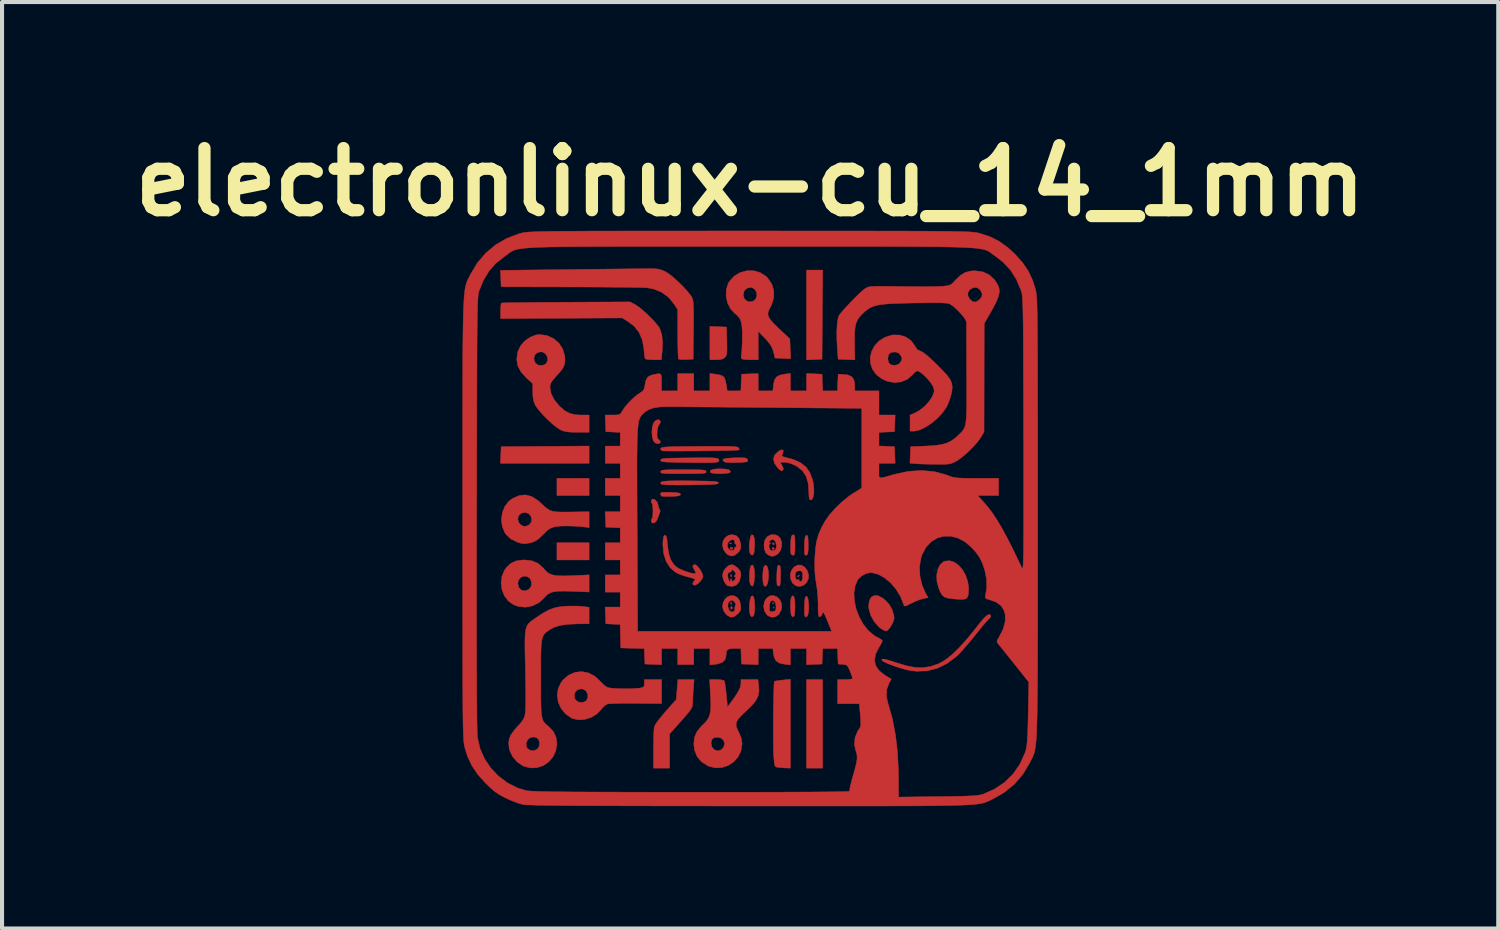
<source format=kicad_pcb>
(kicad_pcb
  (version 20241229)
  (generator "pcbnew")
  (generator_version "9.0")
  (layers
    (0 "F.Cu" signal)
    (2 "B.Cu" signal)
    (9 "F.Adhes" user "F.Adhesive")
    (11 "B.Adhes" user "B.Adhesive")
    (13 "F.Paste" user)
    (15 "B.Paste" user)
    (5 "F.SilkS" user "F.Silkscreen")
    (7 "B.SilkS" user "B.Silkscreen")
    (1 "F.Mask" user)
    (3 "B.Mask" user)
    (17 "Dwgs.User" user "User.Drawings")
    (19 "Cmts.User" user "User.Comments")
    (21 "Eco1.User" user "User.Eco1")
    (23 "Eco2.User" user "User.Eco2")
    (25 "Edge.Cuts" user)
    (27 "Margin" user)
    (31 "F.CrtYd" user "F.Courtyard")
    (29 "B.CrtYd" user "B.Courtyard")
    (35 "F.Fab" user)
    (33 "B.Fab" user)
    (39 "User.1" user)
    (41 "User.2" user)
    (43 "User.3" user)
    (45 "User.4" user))
  (footprint "electronlinux-cu_14_1mm"
    (layer "F.Cu")
    (at 15.356 9.673)
    (property "Reference" "electronlinux-cu_14_1mm" (at 0 -8.255 0) (layer "F.SilkS") (effects (font (size 1.524 1.524) (thickness 0.3))))
    (attr through_hole)
    (fp_poly (pts (xy -3.951 -1.355) (xy -6.127 -1.355) (xy -6.11 -1.764) (xy -3.951 -1.779) (xy -3.951 -1.355)) (stroke (width 0.01) (type solid)) (fill yes) (layer "F.Cu"))
    (fp_poly (pts (xy -3.951 -0.564) (xy -4.741 -0.564) (xy -4.741 -0.988) (xy -3.951 -0.988) (xy -3.951 -0.564)) (stroke (width 0.01) (type solid)) (fill yes) (layer "F.Cu"))
    (fp_poly (pts (xy -3.951 1.016) (xy -4.741 1.016) (xy -4.741 0.593) (xy -3.951 0.593) (xy -3.951 1.016)) (stroke (width 0.01) (type solid)) (fill yes) (layer "F.Cu"))
    (fp_poly (pts (xy 0.593 2.187) (xy 0.579 2.201) (xy 0.564 2.187) (xy 0.579 2.173) (xy 0.593 2.187)) (stroke (width 0.01) (type solid)) (fill yes) (layer "F.Cu"))
    (fp_poly (pts (xy 1.764 -3.909) (xy 1.383 -3.892) (xy 1.383 -6.096) (xy 1.779 -6.096) (xy 1.764 -3.909)) (stroke (width 0.01) (type solid)) (fill yes) (layer "F.Cu"))
    (fp_poly (pts (xy 1.778 6.124) (xy 1.383 6.124) (xy 1.383 3.951) (xy 1.778 3.951) (xy 1.778 6.124)) (stroke (width 0.01) (type solid)) (fill yes) (layer "F.Cu"))
    (fp_poly (pts (xy -0.461 0.602) (xy -0.465 0.619) (xy -0.48 0.621) (xy -0.503 0.611) (xy -0.499 0.602) (xy -0.465 0.599) (xy -0.461 0.602)) (stroke (width 0.01) (type solid)) (fill yes) (layer "F.Cu"))
    (fp_poly (pts (xy -0.46 1.378) (xy -0.457 1.422) (xy -0.463 1.432) (xy -0.476 1.423) (xy -0.478 1.395) (xy -0.471 1.365) (xy -0.46 1.378)) (stroke (width 0.01) (type solid)) (fill yes) (layer "F.Cu"))
    (fp_poly (pts (xy -0.46 2.055) (xy -0.457 2.099) (xy -0.463 2.109) (xy -0.476 2.101) (xy -0.478 2.072) (xy -0.471 2.042) (xy -0.46 2.055)) (stroke (width 0.01) (type solid)) (fill yes) (layer "F.Cu"))
    (fp_poly (pts (xy 0.583 2.07) (xy 0.579 2.086) (xy 0.564 2.088) (xy 0.541 2.078) (xy 0.546 2.07) (xy 0.579 2.066) (xy 0.583 2.07)) (stroke (width 0.01) (type solid)) (fill yes) (layer "F.Cu"))
    (fp_poly (pts (xy -0.451 2.159) (xy -0.435 2.193) (xy -0.439 2.203) (xy -0.466 2.228) (xy -0.479 2.2) (xy -0.48 2.186) (xy -0.466 2.156) (xy -0.451 2.159)) (stroke (width 0.01) (type solid)) (fill yes) (layer "F.Cu"))
    (fp_poly (pts (xy -0.429 0.72) (xy -0.423 0.734) (xy -0.444 0.761) (xy -0.45 0.762) (xy -0.488 0.741) (xy -0.494 0.734) (xy -0.487 0.71) (xy -0.467 0.706) (xy -0.429 0.72)) (stroke (width 0.01) (type solid)) (fill yes) (layer "F.Cu"))
    (fp_poly (pts (xy 0.592 0.613) (xy 0.593 0.621) (xy 0.583 0.648) (xy 0.58 0.649) (xy 0.556 0.629) (xy 0.55 0.621) (xy 0.553 0.595) (xy 0.563 0.593) (xy 0.592 0.613)) (stroke (width 0.01) (type solid)) (fill yes) (layer "F.Cu"))
    (fp_poly (pts (xy 0.592 0.727) (xy 0.593 0.734) (xy 0.571 0.761) (xy 0.564 0.762) (xy 0.537 0.741) (xy 0.536 0.734) (xy 0.558 0.706) (xy 0.564 0.706) (xy 0.592 0.727)) (stroke (width 0.01) (type solid)) (fill yes) (layer "F.Cu"))
    (fp_poly (pts (xy 1.205 1.401) (xy 1.199 1.411) (xy 1.173 1.438) (xy 1.168 1.439) (xy 1.166 1.421) (xy 1.171 1.411) (xy 1.198 1.384) (xy 1.203 1.383) (xy 1.205 1.401)) (stroke (width 0.01) (type solid)) (fill yes) (layer "F.Cu"))
    (fp_poly (pts (xy -0.783 -4.707) (xy -0.579 -4.699) (xy -0.571 -4.354) (xy -0.568 -4.207) (xy -0.569 -4.106) (xy -0.575 -4.039) (xy -0.588 -3.996) (xy -0.608 -3.965) (xy -0.62 -3.952) (xy -0.674 -3.915) (xy -0.752 -3.898) (xy -0.833 -3.895) (xy -0.988 -3.895) (xy -0.988 -4.716) (xy -0.783 -4.707)) (stroke (width 0.01) (type solid)) (fill yes) (layer "F.Cu"))
    (fp_poly (pts (xy -0.596 -1.213) (xy -0.514 -1.193) (xy -0.484 -1.161) (xy -0.492 -1.131) (xy -0.529 -1.116) (xy -0.605 -1.106) (xy -0.703 -1.101) (xy -0.806 -1.102) (xy -0.897 -1.109) (xy -0.959 -1.121) (xy -0.975 -1.131) (xy -0.979 -1.175) (xy -0.928 -1.203) (xy -0.823 -1.218) (xy -0.733 -1.22) (xy -0.596 -1.213)) (stroke (width 0.01) (type solid)) (fill yes) (layer "F.Cu"))
    (fp_poly (pts (xy 0.086 1.177) (xy 0.103 1.26) (xy 0.108 1.381) (xy 0.107 1.427) (xy 0.097 1.554) (xy 0.078 1.634) (xy 0.052 1.663) (xy 0.022 1.64) (xy -0.003 1.59) (xy -0.016 1.522) (xy -0.019 1.426) (xy -0.015 1.322) (xy -0.003 1.228) (xy 0.015 1.163) (xy 0.024 1.15) (xy 0.059 1.139) (xy 0.086 1.177)) (stroke (width 0.01) (type solid)) (fill yes) (layer "F.Cu"))
    (fp_poly (pts (xy 0.09 1.937) (xy 0.107 2.028) (xy 0.112 2.163) (xy 0.108 2.286) (xy 0.093 2.363) (xy 0.071 2.399) (xy 0.038 2.414) (xy 0.013 2.388) (xy -0.002 2.353) (xy -0.016 2.281) (xy -0.02 2.182) (xy -0.014 2.075) (xy 0.001 1.981) (xy 0.022 1.917) (xy 0.03 1.906) (xy 0.064 1.895) (xy 0.09 1.937)) (stroke (width 0.01) (type solid)) (fill yes) (layer "F.Cu"))
    (fp_poly (pts (xy 0.424 1.189) (xy 0.445 1.275) (xy 0.452 1.397) (xy 0.444 1.508) (xy 0.425 1.596) (xy 0.397 1.651) (xy 0.366 1.668) (xy 0.336 1.639) (xy 0.328 1.62) (xy 0.314 1.552) (xy 0.309 1.456) (xy 0.311 1.351) (xy 0.321 1.253) (xy 0.337 1.182) (xy 0.351 1.159) (xy 0.392 1.148) (xy 0.424 1.189)) (stroke (width 0.01) (type solid)) (fill yes) (layer "F.Cu"))
    (fp_poly (pts (xy 1.074 1.913) (xy 1.092 1.986) (xy 1.1 2.108) (xy 1.101 2.159) (xy 1.097 2.294) (xy 1.087 2.377) (xy 1.067 2.412) (xy 1.036 2.406) (xy 1.021 2.392) (xy 1.004 2.348) (xy 0.993 2.266) (xy 0.989 2.164) (xy 0.99 2.06) (xy 0.999 1.974) (xy 1.013 1.923) (xy 1.047 1.891) (xy 1.074 1.913)) (stroke (width 0.01) (type solid)) (fill yes) (layer "F.Cu"))
    (fp_poly (pts (xy 0.081 0.417) (xy 0.103 0.487) (xy 0.11 0.606) (xy 0.107 0.706) (xy 0.099 0.81) (xy 0.085 0.869) (xy 0.061 0.895) (xy 0.052 0.897) (xy 0.012 0.883) (xy -0.014 0.819) (xy -0.014 0.818) (xy -0.023 0.734) (xy -0.021 0.635) (xy -0.01 0.537) (xy 0.008 0.454) (xy 0.03 0.404) (xy 0.045 0.395) (xy 0.081 0.417)) (stroke (width 0.01) (type solid)) (fill yes) (layer "F.Cu"))
    (fp_poly (pts (xy -1.954 -0.643) (xy -1.832 -0.637) (xy -1.756 -0.628) (xy -1.718 -0.613) (xy -1.707 -0.593) (xy -1.719 -0.57) (xy -1.761 -0.556) (xy -1.843 -0.547) (xy -1.935 -0.542) (xy -2.043 -0.541) (xy -2.129 -0.544) (xy -2.177 -0.551) (xy -2.181 -0.554) (xy -2.2 -0.598) (xy -2.201 -0.613) (xy -2.189 -0.632) (xy -2.148 -0.642) (xy -2.067 -0.645) (xy -1.954 -0.643)) (stroke (width 0.01) (type solid)) (fill yes) (layer "F.Cu"))
    (fp_poly (pts (xy 1.404 0.419) (xy 1.417 0.457) (xy 1.423 0.531) (xy 1.425 0.649) (xy 1.424 0.767) (xy 1.418 0.84) (xy 1.405 0.879) (xy 1.384 0.896) (xy 1.375 0.898) (xy 1.351 0.898) (xy 1.336 0.879) (xy 1.33 0.831) (xy 1.33 0.744) (xy 1.332 0.658) (xy 1.338 0.535) (xy 1.348 0.459) (xy 1.362 0.42) (xy 1.383 0.409) (xy 1.404 0.419)) (stroke (width 0.01) (type solid)) (fill yes) (layer "F.Cu"))
    (fp_poly (pts (xy 1.407 1.93) (xy 1.425 1.997) (xy 1.435 2.088) (xy 1.438 2.19) (xy 1.432 2.286) (xy 1.418 2.361) (xy 1.398 2.398) (xy 1.361 2.419) (xy 1.34 2.394) (xy 1.34 2.393) (xy 1.333 2.346) (xy 1.33 2.26) (xy 1.331 2.152) (xy 1.332 2.128) (xy 1.339 2.012) (xy 1.349 1.943) (xy 1.366 1.911) (xy 1.383 1.905) (xy 1.407 1.93)) (stroke (width 0.01) (type solid)) (fill yes) (layer "F.Cu"))
    (fp_poly (pts (xy 0.726 1.153) (xy 0.739 1.189) (xy 0.746 1.262) (xy 0.748 1.38) (xy 0.748 1.395) (xy 0.745 1.531) (xy 0.735 1.617) (xy 0.718 1.655) (xy 0.713 1.658) (xy 0.673 1.647) (xy 0.662 1.63) (xy 0.656 1.584) (xy 0.653 1.498) (xy 0.654 1.39) (xy 0.655 1.366) (xy 0.661 1.25) (xy 0.672 1.181) (xy 0.689 1.149) (xy 0.706 1.143) (xy 0.726 1.153)) (stroke (width 0.01) (type solid)) (fill yes) (layer "F.Cu"))
    (fp_poly (pts (xy -0.15 -1.49) (xy -0.099 -1.481) (xy -0.073 -1.465) (xy -0.067 -1.453) (xy -0.057 -1.41) (xy -0.06 -1.4) (xy -0.098 -1.389) (xy -0.177 -1.381) (xy -0.281 -1.375) (xy -0.393 -1.372) (xy -0.497 -1.373) (xy -0.578 -1.377) (xy -0.616 -1.384) (xy -0.662 -1.416) (xy -0.67 -1.446) (xy -0.64 -1.465) (xy -0.563 -1.479) (xy -0.434 -1.488) (xy -0.371 -1.49) (xy -0.238 -1.492) (xy -0.15 -1.49)) (stroke (width 0.01) (type solid)) (fill yes) (layer "F.Cu"))
    (fp_poly (pts (xy 1.075 0.401) (xy 1.089 0.422) (xy 1.097 0.473) (xy 1.1 0.564) (xy 1.101 0.647) (xy 1.099 0.771) (xy 1.093 0.849) (xy 1.082 0.889) (xy 1.062 0.903) (xy 1.057 0.903) (xy 1.01 0.882) (xy 1 0.865) (xy 0.994 0.82) (xy 0.991 0.735) (xy 0.993 0.629) (xy 0.994 0.619) (xy 1 0.508) (xy 1.011 0.442) (xy 1.03 0.41) (xy 1.051 0.4) (xy 1.075 0.401)) (stroke (width 0.01) (type solid)) (fill yes) (layer "F.Cu"))
    (fp_poly (pts (xy 3.146 1.896) (xy 3.257 1.956) (xy 3.304 1.995) (xy 3.413 2.109) (xy 3.482 2.229) (xy 3.522 2.361) (xy 3.533 2.435) (xy 3.522 2.501) (xy 3.485 2.584) (xy 3.471 2.611) (xy 3.416 2.697) (xy 3.364 2.75) (xy 3.341 2.76) (xy 3.289 2.747) (xy 3.215 2.702) (xy 3.163 2.663) (xy 3.045 2.531) (xy 2.958 2.374) (xy 2.912 2.209) (xy 2.907 2.141) (xy 2.925 2.012) (xy 2.974 1.926) (xy 3.05 1.887) (xy 3.146 1.896)) (stroke (width 0.01) (type solid)) (fill yes) (layer "F.Cu"))
    (fp_poly (pts (xy -2.205 -2.396) (xy -2.201 -2.373) (xy -2.216 -2.323) (xy -2.234 -2.308) (xy -2.253 -2.276) (xy -2.271 -2.205) (xy -2.28 -2.133) (xy -2.285 -2.034) (xy -2.277 -1.977) (xy -2.255 -1.947) (xy -2.247 -1.942) (xy -2.208 -1.901) (xy -2.201 -1.875) (xy -2.223 -1.843) (xy -2.276 -1.837) (xy -2.337 -1.859) (xy -2.378 -1.914) (xy -2.403 -2.006) (xy -2.411 -2.117) (xy -2.403 -2.229) (xy -2.378 -2.326) (xy -2.348 -2.378) (xy -2.293 -2.419) (xy -2.239 -2.424) (xy -2.205 -2.396)) (stroke (width 0.01) (type solid)) (fill yes) (layer "F.Cu"))
    (fp_poly (pts (xy 5.01 1.071) (xy 5.118 1.149) (xy 5.213 1.259) (xy 5.288 1.395) (xy 5.34 1.548) (xy 5.363 1.711) (xy 5.351 1.871) (xy 5.334 1.926) (xy 5.303 1.962) (xy 5.248 1.98) (xy 5.159 1.984) (xy 5.027 1.975) (xy 4.97 1.969) (xy 4.848 1.953) (xy 4.765 1.925) (xy 4.707 1.874) (xy 4.66 1.789) (xy 4.623 1.695) (xy 4.583 1.54) (xy 4.577 1.388) (xy 4.603 1.251) (xy 4.657 1.139) (xy 4.738 1.064) (xy 4.777 1.046) (xy 4.895 1.035) (xy 5.01 1.071)) (stroke (width 0.01) (type solid)) (fill yes) (layer "F.Cu"))
    (fp_poly (pts (xy -2.325 -0.455) (xy -2.276 -0.396) (xy -2.258 -0.328) (xy -2.244 -0.263) (xy -2.224 -0.232) (xy -2.206 -0.186) (xy -2.221 -0.135) (xy -2.251 -0.059) (xy -2.276 0.014) (xy -2.309 0.074) (xy -2.355 0.108) (xy -2.399 0.111) (xy -2.425 0.078) (xy -2.427 0.058) (xy -2.418 0.011) (xy -2.406 0) (xy -2.395 -0.026) (xy -2.388 -0.093) (xy -2.385 -0.183) (xy -2.388 -0.277) (xy -2.396 -0.343) (xy -2.406 -0.367) (xy -2.423 -0.391) (xy -2.427 -0.423) (xy -2.41 -0.469) (xy -2.387 -0.48) (xy -2.325 -0.455)) (stroke (width 0.01) (type solid)) (fill yes) (layer "F.Cu"))
    (fp_poly (pts (xy 0.988 6.124) (xy 0.868 6.12) (xy 0.772 6.114) (xy 0.687 6.106) (xy 0.673 6.104) (xy 0.638 6.096) (xy 0.615 6.079) (xy 0.6 6.04) (xy 0.59 5.969) (xy 0.58 5.856) (xy 0.578 5.828) (xy 0.573 5.738) (xy 0.57 5.61) (xy 0.568 5.451) (xy 0.567 5.271) (xy 0.567 5.076) (xy 0.568 4.876) (xy 0.57 4.678) (xy 0.573 4.491) (xy 0.577 4.322) (xy 0.581 4.181) (xy 0.585 4.074) (xy 0.591 4.011) (xy 0.594 3.997) (xy 0.628 3.987) (xy 0.701 3.974) (xy 0.798 3.963) (xy 0.988 3.943) (xy 0.988 6.124)) (stroke (width 0.01) (type solid)) (fill yes) (layer "F.Cu"))
    (fp_poly (pts (xy -1.393 4.184) (xy -1.401 4.311) (xy -1.408 4.431) (xy -1.411 4.523) (xy -1.411 4.533) (xy -1.414 4.581) (xy -1.426 4.626) (xy -1.453 4.677) (xy -1.5 4.742) (xy -1.574 4.831) (xy -1.679 4.951) (xy -1.693 4.967) (xy -1.976 5.285) (xy -1.976 6.124) (xy -2.371 6.124) (xy -2.371 5.662) (xy -2.37 5.5) (xy -2.367 5.351) (xy -2.363 5.229) (xy -2.357 5.144) (xy -2.354 5.116) (xy -2.327 5.057) (xy -2.264 4.966) (xy -2.172 4.849) (xy -2.075 4.736) (xy -1.814 4.441) (xy -1.793 4.196) (xy -1.773 3.951) (xy -1.375 3.951) (xy -1.393 4.184)) (stroke (width 0.01) (type solid)) (fill yes) (layer "F.Cu"))
    (fp_poly (pts (xy -1.636 -0.926) (xy -1.466 -0.925) (xy -1.248 -0.922) (xy -1.08 -0.919) (xy -0.956 -0.914) (xy -0.87 -0.909) (xy -0.816 -0.901) (xy -0.787 -0.891) (xy -0.776 -0.878) (xy -0.776 -0.875) (xy -0.783 -0.862) (xy -0.807 -0.851) (xy -0.855 -0.843) (xy -0.933 -0.837) (xy -1.047 -0.832) (xy -1.203 -0.829) (xy -1.408 -0.826) (xy -1.473 -0.825) (xy -1.717 -0.823) (xy -1.908 -0.824) (xy -2.048 -0.828) (xy -2.139 -0.835) (xy -2.183 -0.845) (xy -2.188 -0.849) (xy -2.197 -0.874) (xy -2.186 -0.893) (xy -2.149 -0.908) (xy -2.081 -0.918) (xy -1.976 -0.924) (xy -1.83 -0.926) (xy -1.636 -0.926)) (stroke (width 0.01) (type solid)) (fill yes) (layer "F.Cu"))
    (fp_poly (pts (xy -1.447 -1.199) (xy -1.306 -1.197) (xy -1.207 -1.194) (xy -1.142 -1.188) (xy -1.103 -1.179) (xy -1.084 -1.166) (xy -1.078 -1.15) (xy -1.078 -1.133) (xy -1.092 -1.121) (xy -1.125 -1.112) (xy -1.185 -1.106) (xy -1.28 -1.103) (xy -1.415 -1.101) (xy -1.599 -1.101) (xy -1.637 -1.101) (xy -1.83 -1.101) (xy -1.973 -1.102) (xy -2.074 -1.105) (xy -2.14 -1.111) (xy -2.178 -1.119) (xy -2.194 -1.131) (xy -2.197 -1.147) (xy -2.196 -1.15) (xy -2.188 -1.167) (xy -2.168 -1.18) (xy -2.128 -1.189) (xy -2.061 -1.194) (xy -1.959 -1.198) (xy -1.815 -1.199) (xy -1.637 -1.199) (xy -1.447 -1.199)) (stroke (width 0.01) (type solid)) (fill yes) (layer "F.Cu"))
    (fp_poly (pts (xy 0.653 1.919) (xy 0.721 1.981) (xy 0.765 2.068) (xy 0.776 2.171) (xy 0.762 2.244) (xy 0.706 2.348) (xy 0.627 2.409) (xy 0.537 2.424) (xy 0.445 2.389) (xy 0.408 2.358) (xy 0.349 2.263) (xy 0.331 2.148) (xy 0.474 2.148) (xy 0.475 2.232) (xy 0.485 2.273) (xy 0.513 2.284) (xy 0.557 2.281) (xy 0.608 2.269) (xy 0.63 2.236) (xy 0.635 2.166) (xy 0.635 2.162) (xy 0.62 2.065) (xy 0.586 2.022) (xy 0.53 2.008) (xy 0.492 2.045) (xy 0.475 2.13) (xy 0.474 2.148) (xy 0.331 2.148) (xy 0.331 2.148) (xy 0.353 2.034) (xy 0.403 1.954) (xy 0.484 1.898) (xy 0.571 1.889) (xy 0.653 1.919)) (stroke (width 0.01) (type solid)) (fill yes) (layer "F.Cu"))
    (fp_poly (pts (xy -0.974 -1.49) (xy -0.885 -1.487) (xy -0.827 -1.481) (xy -0.792 -1.472) (xy -0.776 -1.459) (xy -0.772 -1.453) (xy -0.764 -1.427) (xy -0.766 -1.407) (xy -0.785 -1.391) (xy -0.824 -1.381) (xy -0.891 -1.374) (xy -0.991 -1.37) (xy -1.129 -1.369) (xy -1.311 -1.371) (xy -1.543 -1.374) (xy -1.589 -1.375) (xy -1.791 -1.378) (xy -1.944 -1.382) (xy -2.053 -1.386) (xy -2.126 -1.392) (xy -2.17 -1.4) (xy -2.191 -1.411) (xy -2.197 -1.426) (xy -2.196 -1.433) (xy -2.189 -1.448) (xy -2.17 -1.46) (xy -2.132 -1.469) (xy -2.07 -1.476) (xy -1.976 -1.481) (xy -1.844 -1.484) (xy -1.667 -1.487) (xy -1.488 -1.489) (xy -1.269 -1.491) (xy -1.099 -1.492) (xy -0.974 -1.49)) (stroke (width 0.01) (type solid)) (fill yes) (layer "F.Cu"))
    (fp_poly (pts (xy -0.622 -1.773) (xy -0.499 -1.771) (xy -0.41 -1.766) (xy -0.348 -1.76) (xy -0.31 -1.752) (xy -0.288 -1.742) (xy -0.283 -1.736) (xy -0.262 -1.7) (xy -0.286 -1.681) (xy -0.323 -1.677) (xy -0.408 -1.674) (xy -0.532 -1.67) (xy -0.689 -1.667) (xy -0.868 -1.664) (xy -1.062 -1.661) (xy -1.263 -1.659) (xy -1.462 -1.657) (xy -1.652 -1.656) (xy -1.823 -1.655) (xy -1.967 -1.656) (xy -2.076 -1.657) (xy -2.142 -1.659) (xy -2.156 -1.66) (xy -2.193 -1.69) (xy -2.196 -1.717) (xy -2.189 -1.73) (xy -2.17 -1.74) (xy -2.135 -1.748) (xy -2.076 -1.755) (xy -1.989 -1.76) (xy -1.868 -1.764) (xy -1.707 -1.767) (xy -1.5 -1.769) (xy -1.252 -1.771) (xy -0.993 -1.773) (xy -0.785 -1.774) (xy -0.622 -1.773)) (stroke (width 0.01) (type solid)) (fill yes) (layer "F.Cu"))
    (fp_poly (pts (xy -0.384 1.899) (xy -0.311 1.941) (xy -0.258 2.016) (xy -0.234 2.123) (xy -0.228 2.21) (xy -0.244 2.268) (xy -0.288 2.324) (xy -0.305 2.341) (xy -0.392 2.408) (xy -0.473 2.421) (xy -0.556 2.38) (xy -0.595 2.345) (xy -0.657 2.254) (xy -0.677 2.158) (xy -0.548 2.158) (xy -0.524 2.233) (xy -0.486 2.278) (xy -0.435 2.293) (xy -0.391 2.273) (xy -0.374 2.229) (xy -0.378 2.214) (xy -0.375 2.166) (xy -0.368 2.155) (xy -0.356 2.109) (xy -0.378 2.053) (xy -0.421 2.012) (xy -0.45 2.004) (xy -0.508 2.027) (xy -0.542 2.084) (xy -0.548 2.158) (xy -0.677 2.158) (xy -0.677 2.156) (xy -0.663 2.062) (xy -0.62 1.98) (xy -0.554 1.919) (xy -0.474 1.889) (xy -0.384 1.899)) (stroke (width 0.01) (type solid)) (fill yes) (layer "F.Cu"))
    (fp_poly (pts (xy 1.26 1.144) (xy 1.339 1.192) (xy 1.399 1.272) (xy 1.432 1.371) (xy 1.429 1.477) (xy 1.428 1.48) (xy 1.381 1.577) (xy 1.305 1.641) (xy 1.215 1.667) (xy 1.124 1.651) (xy 1.046 1.591) (xy 0.993 1.486) (xy 0.984 1.374) (xy 0.99 1.353) (xy 1.106 1.353) (xy 1.11 1.445) (xy 1.113 1.454) (xy 1.138 1.503) (xy 1.176 1.504) (xy 1.208 1.5) (xy 1.202 1.519) (xy 1.204 1.548) (xy 1.224 1.552) (xy 1.266 1.529) (xy 1.28 1.503) (xy 1.288 1.438) (xy 1.289 1.369) (xy 1.276 1.308) (xy 1.237 1.283) (xy 1.208 1.279) (xy 1.14 1.296) (xy 1.106 1.353) (xy 0.99 1.353) (xy 1.015 1.269) (xy 1.081 1.186) (xy 1.173 1.14) (xy 1.26 1.144)) (stroke (width 0.01) (type solid)) (fill yes) (layer "F.Cu"))
    (fp_poly (pts (xy 0.677 0.423) (xy 0.74 0.486) (xy 0.772 0.578) (xy 0.773 0.683) (xy 0.744 0.783) (xy 0.686 0.863) (xy 0.648 0.889) (xy 0.581 0.921) (xy 0.532 0.926) (xy 0.472 0.908) (xy 0.46 0.903) (xy 0.389 0.849) (xy 0.349 0.756) (xy 0.339 0.642) (xy 0.351 0.58) (xy 0.458 0.58) (xy 0.47 0.593) (xy 0.481 0.593) (xy 0.506 0.599) (xy 0.485 0.617) (xy 0.462 0.659) (xy 0.468 0.719) (xy 0.495 0.771) (xy 0.532 0.79) (xy 0.597 0.775) (xy 0.616 0.766) (xy 0.641 0.72) (xy 0.643 0.65) (xy 0.625 0.577) (xy 0.589 0.527) (xy 0.586 0.525) (xy 0.537 0.512) (xy 0.488 0.544) (xy 0.458 0.58) (xy 0.351 0.58) (xy 0.361 0.527) (xy 0.421 0.443) (xy 0.508 0.398) (xy 0.611 0.398) (xy 0.677 0.423)) (stroke (width 0.01) (type solid)) (fill yes) (layer "F.Cu"))
    (fp_poly (pts (xy -0.343 0.418) (xy -0.275 0.486) (xy -0.237 0.601) (xy -0.233 0.629) (xy -0.231 0.718) (xy -0.252 0.782) (xy -0.286 0.826) (xy -0.377 0.902) (xy -0.466 0.922) (xy -0.554 0.885) (xy -0.592 0.852) (xy -0.658 0.755) (xy -0.68 0.65) (xy -0.674 0.617) (xy -0.557 0.617) (xy -0.555 0.689) (xy -0.534 0.737) (xy -0.496 0.772) (xy -0.445 0.785) (xy -0.402 0.774) (xy -0.388 0.741) (xy -0.388 0.74) (xy -0.377 0.708) (xy -0.367 0.706) (xy -0.342 0.683) (xy -0.339 0.663) (xy -0.353 0.626) (xy -0.366 0.621) (xy -0.382 0.6) (xy -0.377 0.579) (xy -0.38 0.536) (xy -0.418 0.518) (xy -0.472 0.527) (xy -0.509 0.551) (xy -0.557 0.617) (xy -0.674 0.617) (xy -0.663 0.549) (xy -0.611 0.465) (xy -0.528 0.41) (xy -0.443 0.395) (xy -0.343 0.418)) (stroke (width 0.01) (type solid)) (fill yes) (layer "F.Cu"))
    (fp_poly (pts (xy -2.822 -5.25) (xy -2.74 -5.196) (xy -2.635 -5.112) (xy -2.521 -5.008) (xy -2.41 -4.897) (xy -2.312 -4.791) (xy -2.241 -4.701) (xy -2.219 -4.664) (xy -2.169 -4.52) (xy -2.149 -4.337) (xy -2.158 -4.11) (xy -2.158 -4.109) (xy -2.178 -3.895) (xy -2.374 -3.895) (xy -2.496 -3.9) (xy -2.565 -3.915) (xy -2.581 -3.93) (xy -2.589 -3.975) (xy -2.598 -4.057) (xy -2.607 -4.156) (xy -2.646 -4.381) (xy -2.726 -4.568) (xy -2.849 -4.723) (xy -3.017 -4.848) (xy -3.142 -4.922) (xy -4.633 -4.914) (xy -6.124 -4.906) (xy -6.124 -5.09) (xy -6.121 -5.186) (xy -6.113 -5.258) (xy -6.103 -5.288) (xy -6.071 -5.29) (xy -5.988 -5.293) (xy -5.859 -5.296) (xy -5.689 -5.298) (xy -5.484 -5.301) (xy -5.248 -5.303) (xy -4.986 -5.306) (xy -4.704 -5.307) (xy -4.515 -5.308) (xy -2.949 -5.316) (xy -2.822 -5.25)) (stroke (width 0.01) (type solid)) (fill yes) (layer "F.Cu"))
    (fp_poly (pts (xy 0.812 -1.674) (xy 0.805 -1.619) (xy 0.796 -1.595) (xy 0.778 -1.543) (xy 0.799 -1.519) (xy 0.84 -1.509) (xy 1.064 -1.448) (xy 1.24 -1.367) (xy 1.372 -1.262) (xy 1.467 -1.125) (xy 1.53 -0.953) (xy 1.551 -0.858) (xy 1.564 -0.736) (xy 1.563 -0.625) (xy 1.548 -0.534) (xy 1.523 -0.474) (xy 1.489 -0.454) (xy 1.459 -0.47) (xy 1.448 -0.506) (xy 1.441 -0.582) (xy 1.439 -0.661) (xy 1.423 -0.871) (xy 1.372 -1.039) (xy 1.284 -1.172) (xy 1.155 -1.276) (xy 1.103 -1.305) (xy 0.995 -1.35) (xy 0.89 -1.378) (xy 0.843 -1.383) (xy 0.736 -1.383) (xy 0.784 -1.299) (xy 0.814 -1.234) (xy 0.808 -1.194) (xy 0.798 -1.182) (xy 0.768 -1.17) (xy 0.725 -1.195) (xy 0.678 -1.241) (xy 0.598 -1.354) (xy 0.572 -1.46) (xy 0.6 -1.557) (xy 0.684 -1.642) (xy 0.711 -1.659) (xy 0.779 -1.688) (xy 0.812 -1.674)) (stroke (width 0.01) (type solid)) (fill yes) (layer "F.Cu"))
    (fp_poly (pts (xy 5.889 2.36) (xy 5.902 2.375) (xy 5.903 2.419) (xy 5.869 2.452) (xy 5.833 2.487) (xy 5.769 2.558) (xy 5.685 2.657) (xy 5.589 2.776) (xy 5.517 2.866) (xy 5.405 3.004) (xy 5.291 3.138) (xy 5.186 3.257) (xy 5.099 3.348) (xy 5.063 3.382) (xy 4.832 3.556) (xy 4.592 3.674) (xy 4.34 3.738) (xy 4.076 3.747) (xy 3.895 3.723) (xy 3.791 3.698) (xy 3.67 3.663) (xy 3.543 3.621) (xy 3.424 3.577) (xy 3.325 3.535) (xy 3.257 3.501) (xy 3.234 3.481) (xy 3.232 3.456) (xy 3.256 3.446) (xy 3.313 3.454) (xy 3.408 3.48) (xy 3.548 3.525) (xy 3.594 3.54) (xy 3.84 3.614) (xy 4.052 3.654) (xy 4.242 3.659) (xy 4.422 3.632) (xy 4.604 3.57) (xy 4.68 3.535) (xy 4.807 3.457) (xy 4.956 3.336) (xy 5.12 3.177) (xy 5.295 2.986) (xy 5.475 2.769) (xy 5.526 2.703) (xy 5.644 2.553) (xy 5.735 2.447) (xy 5.804 2.382) (xy 5.854 2.354) (xy 5.889 2.36)) (stroke (width 0.01) (type solid)) (fill yes) (layer "F.Cu"))
    (fp_poly (pts (xy -0.394 1.148) (xy -0.325 1.196) (xy -0.305 1.215) (xy -0.252 1.275) (xy -0.23 1.33) (xy -0.231 1.407) (xy -0.234 1.433) (xy -0.269 1.551) (xy -0.337 1.631) (xy -0.432 1.666) (xy -0.544 1.652) (xy -0.558 1.646) (xy -0.604 1.603) (xy -0.646 1.526) (xy -0.672 1.434) (xy -0.676 1.392) (xy -0.552 1.392) (xy -0.541 1.467) (xy -0.524 1.51) (xy -0.496 1.566) (xy -0.484 1.51) (xy -0.473 1.47) (xy -0.461 1.485) (xy -0.453 1.506) (xy -0.436 1.542) (xy -0.412 1.535) (xy -0.384 1.509) (xy -0.353 1.468) (xy -0.365 1.44) (xy -0.372 1.435) (xy -0.394 1.41) (xy -0.37 1.386) (xy -0.349 1.36) (xy -0.367 1.323) (xy -0.391 1.296) (xy -0.433 1.257) (xy -0.45 1.261) (xy -0.452 1.276) (xy -0.474 1.312) (xy -0.501 1.316) (xy -0.538 1.336) (xy -0.552 1.392) (xy -0.676 1.392) (xy -0.677 1.382) (xy -0.656 1.299) (xy -0.601 1.218) (xy -0.529 1.155) (xy -0.454 1.129) (xy -0.452 1.129) (xy -0.394 1.148)) (stroke (width 0.01) (type solid)) (fill yes) (layer "F.Cu"))
    (fp_poly (pts (xy -2.066 0.422) (xy -2.05 0.466) (xy -2.037 0.551) (xy -2.028 0.652) (xy -2 0.852) (xy -1.95 1.008) (xy -1.872 1.128) (xy -1.799 1.196) (xy -1.735 1.234) (xy -1.645 1.274) (xy -1.544 1.31) (xy -1.45 1.337) (xy -1.375 1.351) (xy -1.338 1.347) (xy -1.339 1.315) (xy -1.366 1.266) (xy -1.406 1.19) (xy -1.4 1.144) (xy -1.356 1.129) (xy -1.311 1.152) (xy -1.258 1.211) (xy -1.206 1.287) (xy -1.169 1.365) (xy -1.157 1.418) (xy -1.177 1.477) (xy -1.227 1.545) (xy -1.289 1.604) (xy -1.346 1.635) (xy -1.357 1.637) (xy -1.402 1.62) (xy -1.411 1.598) (xy -1.391 1.549) (xy -1.366 1.521) (xy -1.349 1.501) (xy -1.362 1.483) (xy -1.413 1.463) (xy -1.51 1.437) (xy -1.524 1.434) (xy -1.641 1.4) (xy -1.75 1.36) (xy -1.826 1.323) (xy -1.961 1.207) (xy -2.061 1.051) (xy -2.122 0.862) (xy -2.142 0.644) (xy -2.14 0.579) (xy -2.131 0.479) (xy -2.115 0.425) (xy -2.089 0.409) (xy -2.088 0.409) (xy -2.066 0.422)) (stroke (width 0.01) (type solid)) (fill yes) (layer "F.Cu"))
    (fp_poly (pts (xy -5.351 1.037) (xy -5.202 1.101) (xy -5.075 1.214) (xy -5.053 1.24) (xy -4.993 1.305) (xy -4.927 1.353) (xy -4.845 1.384) (xy -4.737 1.402) (xy -4.595 1.407) (xy -4.409 1.403) (xy -4.339 1.4) (xy -3.951 1.382) (xy -3.951 1.803) (xy -4.355 1.786) (xy -4.552 1.781) (xy -4.704 1.783) (xy -4.818 1.796) (xy -4.904 1.822) (xy -4.973 1.863) (xy -5.033 1.921) (xy -5.057 1.949) (xy -5.187 2.068) (xy -5.344 2.144) (xy -5.516 2.175) (xy -5.69 2.156) (xy -5.809 2.113) (xy -5.937 2.02) (xy -6.032 1.892) (xy -6.09 1.741) (xy -6.109 1.59) (xy -5.701 1.59) (xy -5.679 1.69) (xy -5.621 1.753) (xy -5.54 1.775) (xy -5.447 1.748) (xy -5.425 1.734) (xy -5.376 1.669) (xy -5.363 1.582) (xy -5.386 1.495) (xy -5.409 1.463) (xy -5.482 1.416) (xy -5.563 1.415) (xy -5.637 1.452) (xy -5.687 1.52) (xy -5.701 1.59) (xy -6.109 1.59) (xy -6.11 1.579) (xy -6.09 1.417) (xy -6.028 1.267) (xy -5.974 1.194) (xy -5.869 1.098) (xy -5.748 1.041) (xy -5.597 1.018) (xy -5.531 1.016) (xy -5.351 1.037)) (stroke (width 0.01) (type solid)) (fill yes) (layer "F.Cu"))
    (fp_poly (pts (xy -2.373 -6.131) (xy -2.276 -6.124) (xy -2.199 -6.107) (xy -2.124 -6.078) (xy -2.081 -6.058) (xy -1.99 -6.001) (xy -1.877 -5.911) (xy -1.755 -5.8) (xy -1.635 -5.681) (xy -1.53 -5.565) (xy -1.452 -5.464) (xy -1.427 -5.422) (xy -1.413 -5.388) (xy -1.402 -5.341) (xy -1.395 -5.275) (xy -1.39 -5.183) (xy -1.388 -5.057) (xy -1.387 -4.891) (xy -1.389 -4.677) (xy -1.389 -4.622) (xy -1.397 -3.909) (xy -1.567 -3.901) (xy -1.661 -3.899) (xy -1.731 -3.904) (xy -1.758 -3.912) (xy -1.764 -3.945) (xy -1.769 -4.026) (xy -1.773 -4.146) (xy -1.776 -4.297) (xy -1.778 -4.47) (xy -1.778 -4.529) (xy -1.778 -5.125) (xy -1.858 -5.251) (xy -1.999 -5.426) (xy -2.173 -5.554) (xy -2.377 -5.634) (xy -2.53 -5.662) (xy -2.588 -5.665) (xy -2.697 -5.668) (xy -2.851 -5.671) (xy -3.045 -5.674) (xy -3.273 -5.676) (xy -3.531 -5.678) (xy -3.812 -5.68) (xy -4.11 -5.682) (xy -4.403 -5.683) (xy -6.11 -5.687) (xy -6.118 -5.889) (xy -6.127 -6.09) (xy -4.453 -6.11) (xy -4.142 -6.114) (xy -3.84 -6.117) (xy -3.553 -6.12) (xy -3.288 -6.123) (xy -3.051 -6.126) (xy -2.847 -6.128) (xy -2.683 -6.13) (xy -2.565 -6.131) (xy -2.508 -6.132) (xy -2.373 -6.131)) (stroke (width 0.01) (type solid)) (fill yes) (layer "F.Cu"))
    (fp_poly (pts (xy -5.365 -0.543) (xy -5.218 -0.451) (xy -5.139 -0.383) (xy -5.052 -0.301) (xy -4.981 -0.242) (xy -4.914 -0.202) (xy -4.841 -0.177) (xy -4.749 -0.164) (xy -4.628 -0.16) (xy -4.466 -0.16) (xy -4.396 -0.161) (xy -3.951 -0.168) (xy -3.951 0.224) (xy -4.029 0.212) (xy -4.166 0.196) (xy -4.325 0.186) (xy -4.487 0.182) (xy -4.634 0.184) (xy -4.748 0.194) (xy -4.768 0.197) (xy -4.853 0.218) (xy -4.92 0.249) (xy -4.988 0.301) (xy -5.074 0.386) (xy -5.078 0.39) (xy -5.176 0.485) (xy -5.258 0.545) (xy -5.34 0.58) (xy -5.368 0.588) (xy -5.478 0.612) (xy -5.561 0.617) (xy -5.641 0.602) (xy -5.713 0.579) (xy -5.871 0.501) (xy -5.985 0.395) (xy -6.023 0.34) (xy -6.085 0.184) (xy -6.103 0.017) (xy -6.102 0.009) (xy -5.701 0.009) (xy -5.68 0.094) (xy -5.644 0.141) (xy -5.566 0.191) (xy -5.483 0.185) (xy -5.425 0.154) (xy -5.37 0.087) (xy -5.359 0.008) (xy -5.385 -0.068) (xy -5.444 -0.127) (xy -5.528 -0.15) (xy -5.532 -0.151) (xy -5.622 -0.128) (xy -5.68 -0.07) (xy -5.701 0.009) (xy -6.102 0.009) (xy -6.079 -0.149) (xy -6.017 -0.301) (xy -5.918 -0.427) (xy -5.82 -0.499) (xy -5.66 -0.566) (xy -5.511 -0.58) (xy -5.365 -0.543)) (stroke (width 0.01) (type solid)) (fill yes) (layer "F.Cu"))
    (fp_poly (pts (xy -3.973 3.785) (xy -3.818 3.864) (xy -3.682 3.989) (xy -3.608 4.066) (xy -3.533 4.125) (xy -3.49 4.148) (xy -3.424 4.16) (xy -3.317 4.169) (xy -3.184 4.175) (xy -3.039 4.176) (xy -2.898 4.174) (xy -2.777 4.167) (xy -2.702 4.159) (xy -2.633 4.143) (xy -2.603 4.114) (xy -2.596 4.054) (xy -2.596 4.046) (xy -2.596 3.951) (xy -2.173 3.951) (xy -2.173 4.54) (xy -2.801 4.535) (xy -2.988 4.534) (xy -3.16 4.535) (xy -3.306 4.538) (xy -3.419 4.542) (xy -3.489 4.548) (xy -3.502 4.55) (xy -3.563 4.586) (xy -3.629 4.651) (xy -3.652 4.681) (xy -3.76 4.794) (xy -3.899 4.878) (xy -4.053 4.928) (xy -4.21 4.939) (xy -4.354 4.908) (xy -4.389 4.892) (xy -4.536 4.787) (xy -4.644 4.652) (xy -4.71 4.499) (xy -4.732 4.34) (xy -4.317 4.34) (xy -4.298 4.425) (xy -4.271 4.464) (xy -4.2 4.506) (xy -4.112 4.512) (xy -4.034 4.481) (xy -4.024 4.471) (xy -3.983 4.397) (xy -3.985 4.313) (xy -4.022 4.238) (xy -4.088 4.188) (xy -4.144 4.177) (xy -4.233 4.2) (xy -4.293 4.26) (xy -4.317 4.34) (xy -4.732 4.34) (xy -4.733 4.336) (xy -4.71 4.174) (xy -4.639 4.022) (xy -4.592 3.96) (xy -4.455 3.843) (xy -4.3 3.774) (xy -4.137 3.755) (xy -3.973 3.785)) (stroke (width 0.01) (type solid)) (fill yes) (layer "F.Cu"))
    (fp_poly (pts (xy -4.988 -4.491) (xy -4.829 -4.42) (xy -4.698 -4.31) (xy -4.603 -4.169) (xy -4.552 -4.004) (xy -4.544 -3.914) (xy -4.548 -3.825) (xy -4.565 -3.751) (xy -4.603 -3.679) (xy -4.667 -3.595) (xy -4.76 -3.491) (xy -4.838 -3.402) (xy -4.884 -3.336) (xy -4.906 -3.278) (xy -4.911 -3.215) (xy -4.884 -3.068) (xy -4.807 -2.915) (xy -4.684 -2.764) (xy -4.676 -2.755) (xy -4.548 -2.645) (xy -4.422 -2.578) (xy -4.278 -2.546) (xy -4.151 -2.54) (xy -3.951 -2.54) (xy -3.951 -2.117) (xy -4.24 -2.117) (xy -4.384 -2.119) (xy -4.487 -2.127) (xy -4.566 -2.143) (xy -4.636 -2.169) (xy -4.657 -2.179) (xy -4.747 -2.237) (xy -4.858 -2.327) (xy -4.978 -2.437) (xy -5.093 -2.556) (xy -5.192 -2.669) (xy -5.262 -2.766) (xy -5.275 -2.788) (xy -5.312 -2.886) (xy -5.331 -3.002) (xy -5.334 -3.106) (xy -5.334 -3.308) (xy -5.487 -3.448) (xy -5.62 -3.595) (xy -5.7 -3.744) (xy -5.727 -3.902) (xy -5.724 -3.93) (xy -5.307 -3.93) (xy -5.287 -3.845) (xy -5.259 -3.805) (xy -5.188 -3.763) (xy -5.1 -3.757) (xy -5.022 -3.788) (xy -5.011 -3.798) (xy -4.97 -3.873) (xy -4.972 -3.956) (xy -5.011 -4.031) (xy -5.079 -4.081) (xy -5.139 -4.092) (xy -5.227 -4.069) (xy -5.285 -4.01) (xy -5.307 -3.93) (xy -5.724 -3.93) (xy -5.705 -4.076) (xy -5.699 -4.1) (xy -5.635 -4.236) (xy -5.531 -4.356) (xy -5.4 -4.449) (xy -5.256 -4.504) (xy -5.168 -4.515) (xy -4.988 -4.491)) (stroke (width 0.01) (type solid)) (fill yes) (layer "F.Cu"))
    (fp_poly (pts (xy 0.241 -6.037) (xy 0.383 -5.948) (xy 0.434 -5.898) (xy 0.533 -5.749) (xy 0.581 -5.583) (xy 0.577 -5.408) (xy 0.521 -5.233) (xy 0.491 -5.177) (xy 0.451 -5.098) (xy 0.435 -5.03) (xy 0.446 -4.963) (xy 0.489 -4.888) (xy 0.567 -4.797) (xy 0.684 -4.682) (xy 0.715 -4.652) (xy 0.974 -4.408) (xy 0.984 -4.164) (xy 0.994 -3.92) (xy 0.802 -3.929) (xy 0.61 -3.937) (xy 0.571 -4.092) (xy 0.541 -4.185) (xy 0.495 -4.268) (xy 0.424 -4.357) (xy 0.365 -4.421) (xy 0.198 -4.595) (xy 0.198 -3.895) (xy 0.002 -3.895) (xy -0.099 -3.899) (xy -0.175 -3.909) (xy -0.212 -3.924) (xy -0.213 -3.924) (xy -0.221 -3.973) (xy -0.214 -4.024) (xy -0.207 -4.078) (xy -0.201 -4.176) (xy -0.196 -4.302) (xy -0.194 -4.441) (xy -0.195 -4.617) (xy -0.205 -4.748) (xy -0.226 -4.845) (xy -0.262 -4.92) (xy -0.317 -4.983) (xy -0.376 -5.032) (xy -0.483 -5.146) (xy -0.555 -5.291) (xy -0.59 -5.453) (xy -0.589 -5.486) (xy -0.169 -5.486) (xy -0.146 -5.399) (xy -0.088 -5.34) (xy -0.01 -5.316) (xy 0.071 -5.331) (xy 0.134 -5.383) (xy 0.166 -5.463) (xy 0.157 -5.549) (xy 0.115 -5.622) (xy 0.047 -5.667) (xy 0.008 -5.673) (xy -0.086 -5.648) (xy -0.148 -5.582) (xy -0.169 -5.486) (xy -0.589 -5.486) (xy -0.586 -5.616) (xy -0.54 -5.766) (xy -0.508 -5.822) (xy -0.389 -5.95) (xy -0.244 -6.037) (xy -0.084 -6.08) (xy 0.082 -6.081) (xy 0.241 -6.037)) (stroke (width 0.01) (type solid)) (fill yes) (layer "F.Cu"))
    (fp_poly (pts (xy -0.73 3.956) (xy -0.66 3.968) (xy -0.634 3.981) (xy -0.623 4.021) (xy -0.61 4.103) (xy -0.596 4.216) (xy -0.585 4.317) (xy -0.556 4.623) (xy -0.435 4.459) (xy -0.337 4.319) (xy -0.273 4.21) (xy -0.238 4.122) (xy -0.226 4.043) (xy -0.226 4.037) (xy -0.226 3.951) (xy 0.191 3.951) (xy 0.21 4.102) (xy 0.217 4.235) (xy 0.196 4.35) (xy 0.144 4.459) (xy 0.054 4.573) (xy -0.079 4.704) (xy -0.08 4.705) (xy -0.203 4.82) (xy -0.286 4.911) (xy -0.332 4.985) (xy -0.346 5.055) (xy -0.332 5.128) (xy -0.292 5.216) (xy -0.283 5.233) (xy -0.222 5.376) (xy -0.199 5.503) (xy -0.198 5.527) (xy -0.224 5.699) (xy -0.296 5.849) (xy -0.404 5.971) (xy -0.539 6.06) (xy -0.694 6.111) (xy -0.859 6.117) (xy -1.026 6.074) (xy -1.037 6.068) (xy -1.192 5.97) (xy -1.303 5.838) (xy -1.367 5.675) (xy -1.383 5.527) (xy -1.381 5.512) (xy -0.96 5.512) (xy -0.938 5.605) (xy -0.885 5.669) (xy -0.812 5.698) (xy -0.735 5.688) (xy -0.667 5.635) (xy -0.65 5.609) (xy -0.627 5.52) (xy -0.652 5.44) (xy -0.719 5.385) (xy -0.786 5.367) (xy -0.883 5.375) (xy -0.941 5.423) (xy -0.96 5.512) (xy -1.381 5.512) (xy -1.366 5.374) (xy -1.313 5.241) (xy -1.214 5.113) (xy -1.156 5.056) (xy -1.081 4.98) (xy -1.028 4.905) (xy -0.992 4.82) (xy -0.973 4.714) (xy -0.966 4.578) (xy -0.971 4.401) (xy -0.975 4.311) (xy -0.995 3.951) (xy -0.824 3.951) (xy -0.73 3.956)) (stroke (width 0.01) (type solid)) (fill yes) (layer "F.Cu"))
    (fp_poly (pts (xy 3.671 -4.502) (xy 3.822 -4.453) (xy 3.949 -4.363) (xy 4.04 -4.241) (xy 4.052 -4.216) (xy 4.105 -4.141) (xy 4.175 -4.111) (xy 4.233 -4.083) (xy 4.322 -4.017) (xy 4.442 -3.911) (xy 4.583 -3.776) (xy 4.727 -3.631) (xy 4.832 -3.515) (xy 4.903 -3.417) (xy 4.944 -3.329) (xy 4.959 -3.242) (xy 4.953 -3.146) (xy 4.93 -3.033) (xy 4.928 -3.028) (xy 4.892 -2.909) (xy 4.845 -2.792) (xy 4.812 -2.726) (xy 4.712 -2.586) (xy 4.585 -2.452) (xy 4.442 -2.333) (xy 4.293 -2.237) (xy 4.151 -2.171) (xy 4.026 -2.145) (xy 4.017 -2.145) (xy 3.923 -2.145) (xy 3.923 -2.539) (xy 4.024 -2.582) (xy 4.158 -2.655) (xy 4.283 -2.755) (xy 4.39 -2.872) (xy 4.47 -2.992) (xy 4.512 -3.106) (xy 4.516 -3.146) (xy 4.493 -3.232) (xy 4.429 -3.338) (xy 4.332 -3.451) (xy 4.25 -3.528) (xy 4.17 -3.594) (xy 4.115 -3.622) (xy 4.071 -3.613) (xy 4.021 -3.567) (xy 3.991 -3.533) (xy 3.859 -3.419) (xy 3.704 -3.353) (xy 3.535 -3.336) (xy 3.361 -3.369) (xy 3.228 -3.43) (xy 3.091 -3.537) (xy 3 -3.666) (xy 2.952 -3.809) (xy 2.948 -3.923) (xy 3.377 -3.923) (xy 3.396 -3.826) (xy 3.452 -3.772) (xy 3.546 -3.759) (xy 3.553 -3.759) (xy 3.637 -3.781) (xy 3.691 -3.836) (xy 3.696 -3.845) (xy 3.724 -3.907) (xy 3.718 -3.957) (xy 3.696 -4) (xy 3.644 -4.061) (xy 3.565 -4.085) (xy 3.553 -4.087) (xy 3.456 -4.076) (xy 3.398 -4.024) (xy 3.377 -3.93) (xy 3.377 -3.923) (xy 2.948 -3.923) (xy 2.947 -3.957) (xy 2.981 -4.103) (xy 3.053 -4.238) (xy 3.16 -4.354) (xy 3.3 -4.444) (xy 3.472 -4.499) (xy 3.51 -4.505) (xy 3.671 -4.502)) (stroke (width 0.01) (type solid)) (fill yes) (layer "F.Cu"))
    (fp_poly (pts (xy -4.248 2.148) (xy -4.133 2.155) (xy -4.11 2.157) (xy -3.951 2.177) (xy -3.951 2.38) (xy -3.951 2.582) (xy -4.241 2.585) (xy -4.471 2.595) (xy -4.655 2.621) (xy -4.803 2.665) (xy -4.924 2.73) (xy -4.937 2.74) (xy -4.989 2.778) (xy -5.031 2.814) (xy -5.064 2.854) (xy -5.089 2.904) (xy -5.108 2.97) (xy -5.121 3.059) (xy -5.129 3.176) (xy -5.134 3.328) (xy -5.136 3.52) (xy -5.136 3.759) (xy -5.136 3.923) (xy -5.136 4.191) (xy -5.135 4.408) (xy -5.132 4.581) (xy -5.127 4.717) (xy -5.117 4.821) (xy -5.102 4.899) (xy -5.082 4.958) (xy -5.054 5.004) (xy -5.018 5.042) (xy -4.974 5.081) (xy -4.943 5.105) (xy -4.826 5.228) (xy -4.76 5.372) (xy -4.742 5.522) (xy -4.768 5.696) (xy -4.837 5.847) (xy -4.942 5.971) (xy -5.074 6.061) (xy -5.225 6.112) (xy -5.387 6.12) (xy -5.551 6.078) (xy -5.589 6.061) (xy -5.719 5.969) (xy -5.826 5.844) (xy -5.896 5.703) (xy -5.914 5.631) (xy -5.924 5.52) (xy -5.5 5.52) (xy -5.485 5.608) (xy -5.457 5.649) (xy -5.383 5.693) (xy -5.295 5.694) (xy -5.216 5.654) (xy -5.173 5.58) (xy -5.17 5.485) (xy -5.194 5.417) (xy -5.246 5.373) (xy -5.322 5.36) (xy -5.401 5.378) (xy -5.459 5.425) (xy -5.5 5.52) (xy -5.924 5.52) (xy -5.925 5.507) (xy -5.911 5.403) (xy -5.868 5.304) (xy -5.79 5.195) (xy -5.716 5.112) (xy -5.63 5.015) (xy -5.575 4.944) (xy -5.543 4.882) (xy -5.525 4.815) (xy -5.516 4.752) (xy -5.511 4.684) (xy -5.509 4.568) (xy -5.507 4.412) (xy -5.508 4.224) (xy -5.51 4.012) (xy -5.513 3.786) (xy -5.516 3.663) (xy -5.522 3.396) (xy -5.526 3.178) (xy -5.526 3.005) (xy -5.522 2.868) (xy -5.512 2.763) (xy -5.494 2.683) (xy -5.468 2.621) (xy -5.431 2.571) (xy -5.384 2.526) (xy -5.323 2.481) (xy -5.257 2.435) (xy -5.09 2.324) (xy -4.948 2.246) (xy -4.818 2.196) (xy -4.682 2.166) (xy -4.526 2.151) (xy -4.526 2.151) (xy -4.387 2.147) (xy -4.248 2.148)) (stroke (width 0.01) (type solid)) (fill yes) (layer "F.Cu"))
    (fp_poly (pts (xy 5.705 -6.055) (xy 5.864 -5.982) (xy 5.993 -5.861) (xy 6.01 -5.84) (xy 6.071 -5.744) (xy 6.107 -5.654) (xy 6.115 -5.561) (xy 6.094 -5.456) (xy 6.044 -5.328) (xy 5.963 -5.17) (xy 5.907 -5.071) (xy 5.743 -4.784) (xy 5.741 -3.454) (xy 5.739 -2.124) (xy 5.666 -2.001) (xy 5.59 -1.893) (xy 5.482 -1.77) (xy 5.356 -1.644) (xy 5.226 -1.529) (xy 5.107 -1.439) (xy 5.05 -1.404) (xy 4.989 -1.373) (xy 4.934 -1.352) (xy 4.874 -1.338) (xy 4.796 -1.332) (xy 4.688 -1.33) (xy 4.537 -1.331) (xy 4.519 -1.331) (xy 4.367 -1.334) (xy 4.226 -1.337) (xy 4.111 -1.342) (xy 4.035 -1.346) (xy 4.028 -1.347) (xy 3.92 -1.358) (xy 3.937 -1.764) (xy 4.318 -1.779) (xy 4.526 -1.792) (xy 4.689 -1.814) (xy 4.82 -1.85) (xy 4.931 -1.903) (xy 5.034 -1.977) (xy 5.103 -2.04) (xy 5.153 -2.088) (xy 5.194 -2.13) (xy 5.227 -2.171) (xy 5.254 -2.217) (xy 5.275 -2.274) (xy 5.29 -2.347) (xy 5.3 -2.442) (xy 5.307 -2.563) (xy 5.311 -2.718) (xy 5.312 -2.91) (xy 5.312 -3.146) (xy 5.312 -3.431) (xy 5.311 -3.542) (xy 5.31 -3.8) (xy 5.31 -4.043) (xy 5.309 -4.264) (xy 5.308 -4.457) (xy 5.308 -4.615) (xy 5.307 -4.733) (xy 5.307 -4.804) (xy 5.307 -4.821) (xy 5.286 -4.876) (xy 5.232 -4.954) (xy 5.156 -5.043) (xy 5.07 -5.132) (xy 4.984 -5.207) (xy 4.909 -5.259) (xy 4.893 -5.266) (xy 4.853 -5.278) (xy 4.791 -5.286) (xy 4.701 -5.292) (xy 4.577 -5.295) (xy 4.413 -5.295) (xy 4.202 -5.292) (xy 4.032 -5.289) (xy 3.762 -5.283) (xy 3.542 -5.276) (xy 3.364 -5.266) (xy 3.222 -5.251) (xy 3.109 -5.232) (xy 3.018 -5.205) (xy 2.943 -5.171) (xy 2.876 -5.128) (xy 2.81 -5.075) (xy 2.796 -5.062) (xy 2.709 -4.978) (xy 2.646 -4.896) (xy 2.603 -4.807) (xy 2.577 -4.698) (xy 2.564 -4.559) (xy 2.561 -4.38) (xy 2.562 -4.296) (xy 2.569 -3.892) (xy 2.364 -3.9) (xy 2.159 -3.909) (xy 2.137 -4.205) (xy 2.127 -4.4) (xy 2.126 -4.585) (xy 2.134 -4.748) (xy 2.149 -4.878) (xy 2.173 -4.966) (xy 2.177 -4.976) (xy 2.217 -5.031) (xy 2.287 -5.115) (xy 2.38 -5.217) (xy 2.484 -5.327) (xy 2.591 -5.435) (xy 2.689 -5.531) (xy 2.7 -5.54) (xy 5.341 -5.54) (xy 5.346 -5.458) (xy 5.392 -5.38) (xy 5.464 -5.319) (xy 5.539 -5.314) (xy 5.62 -5.364) (xy 5.634 -5.378) (xy 5.684 -5.442) (xy 5.692 -5.505) (xy 5.688 -5.526) (xy 5.643 -5.614) (xy 5.571 -5.664) (xy 5.485 -5.669) (xy 5.401 -5.626) (xy 5.39 -5.616) (xy 5.341 -5.54) (xy 2.7 -5.54) (xy 2.771 -5.603) (xy 2.818 -5.64) (xy 2.849 -5.659) (xy 2.88 -5.674) (xy 2.918 -5.685) (xy 2.969 -5.693) (xy 3.041 -5.697) (xy 3.14 -5.699) (xy 3.274 -5.699) (xy 3.45 -5.697) (xy 3.674 -5.694) (xy 3.711 -5.694) (xy 3.929 -5.691) (xy 4.14 -5.69) (xy 4.334 -5.69) (xy 4.5 -5.692) (xy 4.629 -5.695) (xy 4.71 -5.699) (xy 4.818 -5.709) (xy 4.889 -5.724) (xy 4.941 -5.753) (xy 4.994 -5.803) (xy 5.034 -5.847) (xy 5.157 -5.966) (xy 5.278 -6.039) (xy 5.414 -6.074) (xy 5.517 -6.079) (xy 5.705 -6.055)) (stroke (width 0.01) (type solid)) (fill yes) (layer "F.Cu"))
    (fp_poly (pts (xy 0.649 -7.056) (xy 1.245 -7.055) (xy 1.789 -7.055) (xy 2.284 -7.055) (xy 2.732 -7.055) (xy 3.136 -7.054) (xy 3.498 -7.054) (xy 3.821 -7.053) (xy 4.107 -7.052) (xy 4.359 -7.051) (xy 4.578 -7.049) (xy 4.769 -7.048) (xy 4.932 -7.046) (xy 5.07 -7.043) (xy 5.187 -7.04) (xy 5.284 -7.037) (xy 5.363 -7.034) (xy 5.428 -7.03) (xy 5.48 -7.025) (xy 5.523 -7.021) (xy 5.558 -7.015) (xy 5.588 -7.009) (xy 5.615 -7.003) (xy 5.627 -7) (xy 5.88 -6.918) (xy 6.105 -6.805) (xy 6.317 -6.654) (xy 6.493 -6.493) (xy 6.683 -6.28) (xy 6.828 -6.067) (xy 6.934 -5.838) (xy 7 -5.627) (xy 7.007 -5.6) (xy 7.013 -5.571) (xy 7.018 -5.539) (xy 7.023 -5.5) (xy 7.028 -5.452) (xy 7.032 -5.393) (xy 7.036 -5.32) (xy 7.039 -5.231) (xy 7.042 -5.124) (xy 7.045 -4.995) (xy 7.047 -4.843) (xy 7.049 -4.665) (xy 7.05 -4.458) (xy 7.051 -4.221) (xy 7.053 -3.95) (xy 7.053 -3.643) (xy 7.054 -3.298) (xy 7.054 -2.912) (xy 7.055 -2.484) (xy 7.055 -2.009) (xy 7.055 -1.486) (xy 7.055 -0.913) (xy 7.055 -0.287) (xy 7.055 -0.017) (xy 7.055 0.645) (xy 7.055 1.252) (xy 7.055 1.808) (xy 7.055 2.315) (xy 7.055 2.775) (xy 7.054 3.191) (xy 7.053 3.565) (xy 7.052 3.9) (xy 7.05 4.198) (xy 7.047 4.461) (xy 7.044 4.693) (xy 7.04 4.895) (xy 7.035 5.07) (xy 7.03 5.22) (xy 7.023 5.348) (xy 7.016 5.456) (xy 7.007 5.547) (xy 6.997 5.623) (xy 6.985 5.687) (xy 6.972 5.74) (xy 6.958 5.787) (xy 6.942 5.828) (xy 6.925 5.866) (xy 6.906 5.904) (xy 6.885 5.944) (xy 6.862 5.99) (xy 6.86 5.994) (xy 6.693 6.274) (xy 6.485 6.517) (xy 6.236 6.72) (xy 5.974 6.87) (xy 5.93 6.892) (xy 5.891 6.912) (xy 5.855 6.93) (xy 5.818 6.947) (xy 5.779 6.962) (xy 5.735 6.976) (xy 5.684 6.988) (xy 5.623 6.999) (xy 5.55 7.009) (xy 5.462 7.017) (xy 5.357 7.024) (xy 5.232 7.031) (xy 5.085 7.036) (xy 4.915 7.041) (xy 4.717 7.044) (xy 4.489 7.047) (xy 4.231 7.05) (xy 3.938 7.051) (xy 3.608 7.052) (xy 3.239 7.053) (xy 2.829 7.054) (xy 2.375 7.054) (xy 1.874 7.054) (xy 1.324 7.053) (xy 0.724 7.053) (xy 0.069 7.053) (xy -0.014 7.053) (xy -0.676 7.053) (xy -1.284 7.052) (xy -1.84 7.052) (xy -2.347 7.051) (xy -2.806 7.05) (xy -3.221 7.049) (xy -3.593 7.048) (xy -3.924 7.047) (xy -4.218 7.046) (xy -4.476 7.044) (xy -4.7 7.042) (xy -4.894 7.04) (xy -5.058 7.037) (xy -5.197 7.035) (xy -5.311 7.031) (xy -5.403 7.028) (xy -5.476 7.024) (xy -5.531 7.02) (xy -5.572 7.016) (xy -5.6 7.011) (xy -5.602 7.01) (xy -5.707 6.978) (xy -5.839 6.928) (xy -5.972 6.87) (xy -6.011 6.851) (xy -6.14 6.783) (xy -6.25 6.71) (xy -6.361 6.618) (xy -6.489 6.495) (xy -6.492 6.492) (xy -6.684 6.278) (xy -6.829 6.062) (xy -6.937 5.832) (xy -7 5.627) (xy -7.007 5.6) (xy -7.013 5.571) (xy -7.018 5.539) (xy -7.023 5.5) (xy -7.028 5.452) (xy -7.032 5.393) (xy -7.036 5.32) (xy -7.039 5.231) (xy -7.042 5.124) (xy -7.045 4.995) (xy -7.047 4.843) (xy -7.049 4.665) (xy -7.05 4.458) (xy -7.051 4.221) (xy -7.053 3.95) (xy -7.053 3.643) (xy -7.054 3.298) (xy -7.054 2.912) (xy -7.055 2.484) (xy -7.055 2.009) (xy -7.055 1.96) (xy -6.713 1.96) (xy -6.713 2.55) (xy -6.712 3.085) (xy -6.711 3.564) (xy -6.709 3.988) (xy -6.708 4.355) (xy -6.705 4.667) (xy -6.703 4.923) (xy -6.699 5.124) (xy -6.696 5.267) (xy -6.692 5.355) (xy -6.69 5.376) (xy -6.628 5.642) (xy -6.517 5.893) (xy -6.363 6.123) (xy -6.171 6.323) (xy -5.949 6.489) (xy -5.703 6.612) (xy -5.496 6.674) (xy -5.461 6.68) (xy -5.409 6.685) (xy -5.337 6.689) (xy -5.243 6.693) (xy -5.123 6.697) (xy -4.976 6.7) (xy -4.798 6.703) (xy -4.587 6.705) (xy -4.34 6.708) (xy -4.055 6.709) (xy -3.73 6.711) (xy -3.36 6.712) (xy -2.945 6.713) (xy -2.481 6.714) (xy -1.966 6.714) (xy -1.431 6.715) (xy -0.812 6.715) (xy -0.249 6.715) (xy 0.259 6.714) (xy 0.712 6.713) (xy 1.111 6.711) (xy 1.457 6.71) (xy 1.75 6.707) (xy 1.99 6.705) (xy 2.178 6.701) (xy 2.316 6.698) (xy 2.403 6.694) (xy 2.439 6.689) (xy 2.441 6.688) (xy 2.442 6.651) (xy 2.456 6.572) (xy 2.483 6.461) (xy 2.519 6.33) (xy 2.525 6.31) (xy 2.573 6.139) (xy 2.605 6.01) (xy 2.622 5.912) (xy 2.624 5.834) (xy 2.613 5.764) (xy 2.59 5.69) (xy 2.585 5.677) (xy 2.557 5.527) (xy 2.576 5.368) (xy 2.64 5.214) (xy 2.69 5.141) (xy 2.707 5.104) (xy 2.714 5.039) (xy 2.712 4.939) (xy 2.701 4.796) (xy 2.692 4.706) (xy 2.676 4.544) (xy 2.145 4.544) (xy 2.145 3.951) (xy 2.328 3.951) (xy 2.422 3.947) (xy 2.488 3.937) (xy 2.512 3.924) (xy 2.502 3.884) (xy 2.476 3.811) (xy 2.449 3.741) (xy 2.411 3.655) (xy 2.379 3.607) (xy 2.337 3.587) (xy 2.272 3.578) (xy 2.272 3.578) (xy 2.159 3.57) (xy 2.142 3.189) (xy 1.781 3.189) (xy 1.764 3.57) (xy 1.383 3.587) (xy 1.383 3.189) (xy 0.988 3.189) (xy 0.988 3.592) (xy 0.841 3.575) (xy 0.715 3.546) (xy 0.633 3.49) (xy 0.587 3.399) (xy 0.572 3.319) (xy 0.557 3.189) (xy 0.198 3.189) (xy 0.198 3.587) (xy -0.007 3.578) (xy -0.212 3.57) (xy -0.228 3.189) (xy -0.393 3.189) (xy -0.497 3.195) (xy -0.557 3.22) (xy -0.585 3.275) (xy -0.592 3.371) (xy -0.592 3.376) (xy -0.618 3.468) (xy -0.693 3.534) (xy -0.813 3.571) (xy -0.84 3.575) (xy -0.988 3.592) (xy -0.988 3.189) (xy -1.383 3.189) (xy -1.383 3.584) (xy -1.778 3.584) (xy -1.778 3.189) (xy -2.173 3.189) (xy -2.173 3.587) (xy -2.582 3.57) (xy -2.591 3.381) (xy -2.599 3.191) (xy -2.887 3.183) (xy -3.175 3.175) (xy -3.183 2.887) (xy -3.191 2.599) (xy -3.366 2.591) (xy -3.542 2.582) (xy -3.558 2.173) (xy -3.189 2.173) (xy -3.189 1.806) (xy -3.556 1.806) (xy -3.556 1.383) (xy -3.189 1.383) (xy -3.189 1.016) (xy -3.556 1.016) (xy -3.556 0.593) (xy -3.189 0.593) (xy -3.189 0.228) (xy -3.542 0.212) (xy -3.559 -0.169) (xy -3.189 -0.169) (xy -3.189 -0.564) (xy -3.556 -0.564) (xy -3.556 -0.988) (xy -3.189 -0.988) (xy -3.189 -1.292) (xy -2.777 -1.292) (xy -2.776 -1.002) (xy -2.775 -0.667) (xy -2.774 -0.284) (xy -2.772 0.151) (xy -2.771 0.275) (xy -2.76 2.766) (xy 1.999 2.766) (xy 1.895 2.507) (xy 1.847 2.393) (xy 1.811 2.321) (xy 1.788 2.295) (xy 1.782 2.302) (xy 1.757 2.37) (xy 1.72 2.41) (xy 1.689 2.41) (xy 1.678 2.377) (xy 1.67 2.3) (xy 1.666 2.193) (xy 1.667 2.121) (xy 1.662 1.938) (xy 1.652 1.831) (xy 2.548 1.831) (xy 2.559 2.023) (xy 2.602 2.222) (xy 2.676 2.416) (xy 2.777 2.595) (xy 2.9 2.75) (xy 3.044 2.871) (xy 3.136 2.922) (xy 3.203 2.959) (xy 3.242 2.992) (xy 3.246 3) (xy 3.231 3.038) (xy 3.194 3.106) (xy 3.157 3.168) (xy 3.077 3.329) (xy 3.052 3.477) (xy 3.082 3.612) (xy 3.167 3.735) (xy 3.307 3.845) (xy 3.32 3.853) (xy 3.463 3.939) (xy 3.412 4.034) (xy 3.352 4.191) (xy 3.342 4.354) (xy 3.381 4.533) (xy 3.386 4.547) (xy 3.488 4.903) (xy 3.565 5.303) (xy 3.616 5.741) (xy 3.639 6.209) (xy 3.641 6.373) (xy 3.641 6.834) (xy 4.607 6.822) (xy 4.879 6.819) (xy 5.1 6.815) (xy 5.277 6.81) (xy 5.416 6.804) (xy 5.522 6.797) (xy 5.603 6.788) (xy 5.663 6.777) (xy 5.709 6.765) (xy 5.992 6.641) (xy 6.24 6.475) (xy 6.45 6.269) (xy 6.618 6.028) (xy 6.742 5.755) (xy 6.76 5.701) (xy 6.775 5.64) (xy 6.788 5.564) (xy 6.798 5.465) (xy 6.806 5.335) (xy 6.813 5.169) (xy 6.819 4.959) (xy 6.822 4.779) (xy 6.837 4.013) (xy 6.492 3.58) (xy 6.381 3.442) (xy 6.28 3.315) (xy 6.194 3.208) (xy 6.13 3.128) (xy 6.094 3.084) (xy 6.093 3.083) (xy 6.061 3.041) (xy 6.056 3.006) (xy 6.079 2.956) (xy 6.105 2.914) (xy 6.207 2.714) (xy 6.258 2.527) (xy 6.257 2.355) (xy 6.226 2.247) (xy 6.151 2.133) (xy 6.032 2.049) (xy 5.896 2) (xy 5.813 1.976) (xy 5.774 1.953) (xy 5.767 1.922) (xy 5.77 1.906) (xy 5.804 1.704) (xy 5.8 1.484) (xy 5.758 1.27) (xy 5.7 1.099) (xy 5.634 0.962) (xy 5.547 0.837) (xy 5.448 0.724) (xy 5.282 0.578) (xy 5.106 0.482) (xy 4.928 0.435) (xy 4.753 0.434) (xy 4.588 0.48) (xy 4.44 0.571) (xy 4.315 0.705) (xy 4.22 0.881) (xy 4.194 0.958) (xy 4.156 1.18) (xy 4.166 1.413) (xy 4.221 1.644) (xy 4.302 1.825) (xy 4.368 1.943) (xy 4.254 1.963) (xy 4.17 1.986) (xy 4.061 2.028) (xy 3.962 2.075) (xy 3.87 2.122) (xy 3.815 2.146) (xy 3.786 2.146) (xy 3.772 2.127) (xy 3.766 2.107) (xy 3.689 1.913) (xy 3.58 1.735) (xy 3.448 1.58) (xy 3.3 1.456) (xy 3.144 1.369) (xy 2.989 1.329) (xy 2.946 1.327) (xy 2.845 1.349) (xy 2.741 1.405) (xy 2.656 1.481) (xy 2.642 1.501) (xy 2.575 1.653) (xy 2.548 1.831) (xy 1.652 1.831) (xy 1.645 1.744) (xy 1.623 1.595) (xy 1.598 1.436) (xy 1.586 1.272) (xy 1.584 1.082) (xy 1.587 0.974) (xy 1.602 0.746) (xy 1.631 0.556) (xy 1.68 0.386) (xy 1.754 0.216) (xy 1.838 0.064) (xy 1.942 -0.084) (xy 2.081 -0.244) (xy 2.242 -0.4) (xy 2.411 -0.538) (xy 2.533 -0.622) (xy 2.737 -0.748) (xy 2.738 -2.704) (xy 0.515 -2.723) (xy 0.158 -2.726) (xy -0.189 -2.729) (xy -0.52 -2.732) (xy -0.83 -2.735) (xy -1.115 -2.737) (xy -1.37 -2.739) (xy -1.589 -2.741) (xy -1.767 -2.743) (xy -1.899 -2.744) (xy -1.981 -2.745) (xy -1.99 -2.745) (xy -2.195 -2.74) (xy -2.356 -2.718) (xy -2.48 -2.678) (xy -2.579 -2.617) (xy -2.613 -2.585) (xy -2.642 -2.557) (xy -2.667 -2.53) (xy -2.689 -2.5) (xy -2.708 -2.464) (xy -2.724 -2.419) (xy -2.738 -2.361) (xy -2.749 -2.286) (xy -2.758 -2.191) (xy -2.765 -2.073) (xy -2.77 -1.927) (xy -2.773 -1.751) (xy -2.776 -1.54) (xy -2.777 -1.292) (xy -3.189 -1.292) (xy -3.189 -1.355) (xy -3.556 -1.355) (xy -3.556 -1.778) (xy -3.189 -1.778) (xy -3.189 -2.114) (xy -3.365 -2.122) (xy -3.542 -2.131) (xy -3.558 -2.54) (xy -3.375 -2.54) (xy -3.275 -2.542) (xy -3.215 -2.55) (xy -3.18 -2.573) (xy -3.152 -2.615) (xy -3.144 -2.63) (xy -3.083 -2.722) (xy -2.992 -2.83) (xy -2.886 -2.938) (xy -2.782 -3.029) (xy -2.706 -3.081) (xy -2.639 -3.126) (xy -2.604 -3.177) (xy -2.585 -3.257) (xy -2.582 -3.276) (xy -2.558 -3.392) (xy -2.518 -3.465) (xy -2.451 -3.509) (xy -2.384 -3.529) (xy -2.281 -3.551) (xy -2.218 -3.553) (xy -2.186 -3.526) (xy -2.175 -3.461) (xy -2.173 -3.348) (xy -2.173 -3.133) (xy -1.778 -3.133) (xy -1.778 -3.556) (xy -1.383 -3.556) (xy -1.383 -3.133) (xy -0.988 -3.133) (xy -0.988 -3.562) (xy -0.854 -3.542) (xy -0.746 -3.524) (xy -0.677 -3.499) (xy -0.633 -3.457) (xy -0.606 -3.385) (xy -0.584 -3.272) (xy -0.579 -3.239) (xy -0.562 -3.133) (xy -0.228 -3.133) (xy -0.212 -3.542) (xy -0.007 -3.55) (xy 0.198 -3.558) (xy 0.198 -3.133) (xy 0.557 -3.133) (xy 0.571 -3.276) (xy 0.595 -3.396) (xy 0.647 -3.474) (xy 0.735 -3.521) (xy 0.84 -3.542) (xy 0.988 -3.561) (xy 0.988 -3.133) (xy 1.383 -3.133) (xy 1.383 -3.559) (xy 1.764 -3.542) (xy 1.78 -3.133) (xy 2.142 -3.133) (xy 2.159 -3.542) (xy 2.26 -3.539) (xy 2.399 -3.524) (xy 2.491 -3.482) (xy 2.545 -3.408) (xy 2.567 -3.295) (xy 2.568 -3.244) (xy 2.568 -3.133) (xy 3.161 -3.133) (xy 3.161 -2.54) (xy 3.558 -2.54) (xy 3.542 -2.131) (xy 3.161 -2.114) (xy 3.161 -1.781) (xy 3.542 -1.764) (xy 3.558 -1.355) (xy 3.161 -1.355) (xy 3.161 -1.168) (xy 3.16 -1.091) (xy 3.161 -1.039) (xy 3.174 -1.009) (xy 3.207 -0.999) (xy 3.268 -1.008) (xy 3.365 -1.034) (xy 3.507 -1.076) (xy 3.542 -1.086) (xy 3.881 -1.158) (xy 4.209 -1.18) (xy 4.522 -1.151) (xy 4.815 -1.071) (xy 4.859 -1.054) (xy 4.92 -1.031) (xy 4.979 -1.014) (xy 5.045 -1.002) (xy 5.128 -0.994) (xy 5.238 -0.99) (xy 5.386 -0.988) (xy 5.559 -0.988) (xy 6.096 -0.988) (xy 6.096 -0.564) (xy 5.582 -0.564) (xy 5.731 -0.402) (xy 5.843 -0.272) (xy 5.954 -0.123) (xy 6.067 0.05) (xy 6.186 0.252) (xy 6.314 0.489) (xy 6.454 0.766) (xy 6.609 1.088) (xy 6.668 1.214) (xy 6.675 1.226) (xy 6.681 1.229) (xy 6.687 1.22) (xy 6.691 1.196) (xy 6.696 1.155) (xy 6.699 1.093) (xy 6.702 1.007) (xy 6.705 0.896) (xy 6.707 0.755) (xy 6.708 0.583) (xy 6.709 0.376) (xy 6.71 0.131) (xy 6.71 -0.155) (xy 6.71 -0.484) (xy 6.71 -0.859) (xy 6.709 -1.283) (xy 6.709 -1.759) (xy 6.708 -2.06) (xy 6.707 -2.568) (xy 6.706 -3.023) (xy 6.705 -3.428) (xy 6.704 -3.785) (xy 6.703 -4.099) (xy 6.702 -4.371) (xy 6.7 -4.606) (xy 6.698 -4.807) (xy 6.695 -4.975) (xy 6.693 -5.116) (xy 6.689 -5.231) (xy 6.686 -5.324) (xy 6.681 -5.398) (xy 6.676 -5.456) (xy 6.671 -5.501) (xy 6.664 -5.536) (xy 6.657 -5.565) (xy 6.65 -5.588) (xy 6.534 -5.865) (xy 6.386 -6.099) (xy 6.201 -6.296) (xy 6.026 -6.431) (xy 5.985 -6.459) (xy 5.95 -6.486) (xy 5.919 -6.51) (xy 5.89 -6.532) (xy 5.859 -6.552) (xy 5.825 -6.57) (xy 5.785 -6.586) (xy 5.736 -6.601) (xy 5.677 -6.613) (xy 5.605 -6.625) (xy 5.517 -6.635) (xy 5.412 -6.643) (xy 5.286 -6.65) (xy 5.137 -6.656) (xy 4.964 -6.661) (xy 4.762 -6.666) (xy 4.531 -6.669) (xy 4.268 -6.671) (xy 3.97 -6.673) (xy 3.635 -6.674) (xy 3.261 -6.675) (xy 2.844 -6.675) (xy 2.384 -6.675) (xy 1.876 -6.675) (xy 1.32 -6.675) (xy 0.712 -6.675) (xy 0.051 -6.675) (xy 0 -6.675) (xy -0.666 -6.675) (xy -1.277 -6.675) (xy -1.838 -6.675) (xy -2.348 -6.675) (xy -2.812 -6.675) (xy -3.232 -6.675) (xy -3.609 -6.674) (xy -3.947 -6.673) (xy -4.248 -6.671) (xy -4.514 -6.669) (xy -4.747 -6.666) (xy -4.95 -6.662) (xy -5.126 -6.657) (xy -5.276 -6.651) (xy -5.404 -6.643) (xy -5.511 -6.635) (xy -5.6 -6.625) (xy -5.673 -6.614) (xy -5.733 -6.601) (xy -5.783 -6.587) (xy -5.823 -6.57) (xy -5.858 -6.552) (xy -5.889 -6.532) (xy -5.919 -6.51) (xy -5.95 -6.486) (xy -5.985 -6.46) (xy -6.026 -6.431) (xy -6.03 -6.428) (xy -6.242 -6.26) (xy -6.413 -6.064) (xy -6.551 -5.832) (xy -6.65 -5.588) (xy -6.657 -5.567) (xy -6.662 -5.544) (xy -6.668 -5.514) (xy -6.673 -5.476) (xy -6.677 -5.428) (xy -6.681 -5.366) (xy -6.685 -5.289) (xy -6.688 -5.194) (xy -6.691 -5.078) (xy -6.693 -4.94) (xy -6.696 -4.776) (xy -6.698 -4.584) (xy -6.7 -4.362) (xy -6.701 -4.108) (xy -6.703 -3.818) (xy -6.704 -3.491) (xy -6.705 -3.123) (xy -6.706 -2.713) (xy -6.707 -2.259) (xy -6.708 -1.757) (xy -6.709 -1.205) (xy -6.71 -0.6) (xy -6.711 -0.141) (xy -6.712 0.614) (xy -6.713 1.315) (xy -6.713 1.96) (xy -7.055 1.96) (xy -7.055 1.486) (xy -7.055 0.913) (xy -7.055 0.287) (xy -7.055 0.017) (xy -7.055 -0.645) (xy -7.055 -1.252) (xy -7.055 -1.808) (xy -7.055 -2.315) (xy -7.055 -2.775) (xy -7.054 -3.191) (xy -7.053 -3.565) (xy -7.052 -3.9) (xy -7.05 -4.198) (xy -7.047 -4.461) (xy -7.044 -4.693) (xy -7.04 -4.895) (xy -7.036 -5.069) (xy -7.03 -5.22) (xy -7.023 -5.348) (xy -7.016 -5.456) (xy -7.007 -5.547) (xy -6.997 -5.623) (xy -6.985 -5.687) (xy -6.973 -5.74) (xy -6.958 -5.786) (xy -6.943 -5.827) (xy -6.925 -5.866) (xy -6.906 -5.904) (xy -6.885 -5.944) (xy -6.863 -5.99) (xy -6.861 -5.994) (xy -6.696 -6.269) (xy -6.489 -6.511) (xy -6.246 -6.715) (xy -5.971 -6.875) (xy -5.673 -6.988) (xy -5.631 -6.999) (xy -5.603 -7.006) (xy -5.575 -7.012) (xy -5.543 -7.018) (xy -5.505 -7.023) (xy -5.458 -7.028) (xy -5.401 -7.032) (xy -5.33 -7.035) (xy -5.243 -7.039) (xy -5.139 -7.042) (xy -5.013 -7.044) (xy -4.864 -7.047) (xy -4.69 -7.049) (xy -4.488 -7.05) (xy -4.255 -7.051) (xy -3.989 -7.053) (xy -3.687 -7.053) (xy -3.348 -7.054) (xy -2.969 -7.055) (xy -2.546 -7.055) (xy -2.079 -7.055) (xy -1.564 -7.055) (xy -0.998 -7.056) (xy -0.38 -7.056) (xy 0 -7.056) (xy 0.649 -7.056)) (stroke (width 0.01) (type solid)) (fill yes) (layer "F.Cu")))
  (gr_rect
    (start -3 -3)
    (end 33.712 19.732)
    (stroke (width 0.1) (type default))
    (fill no)
    (layer "Edge.Cuts")))
</source>
